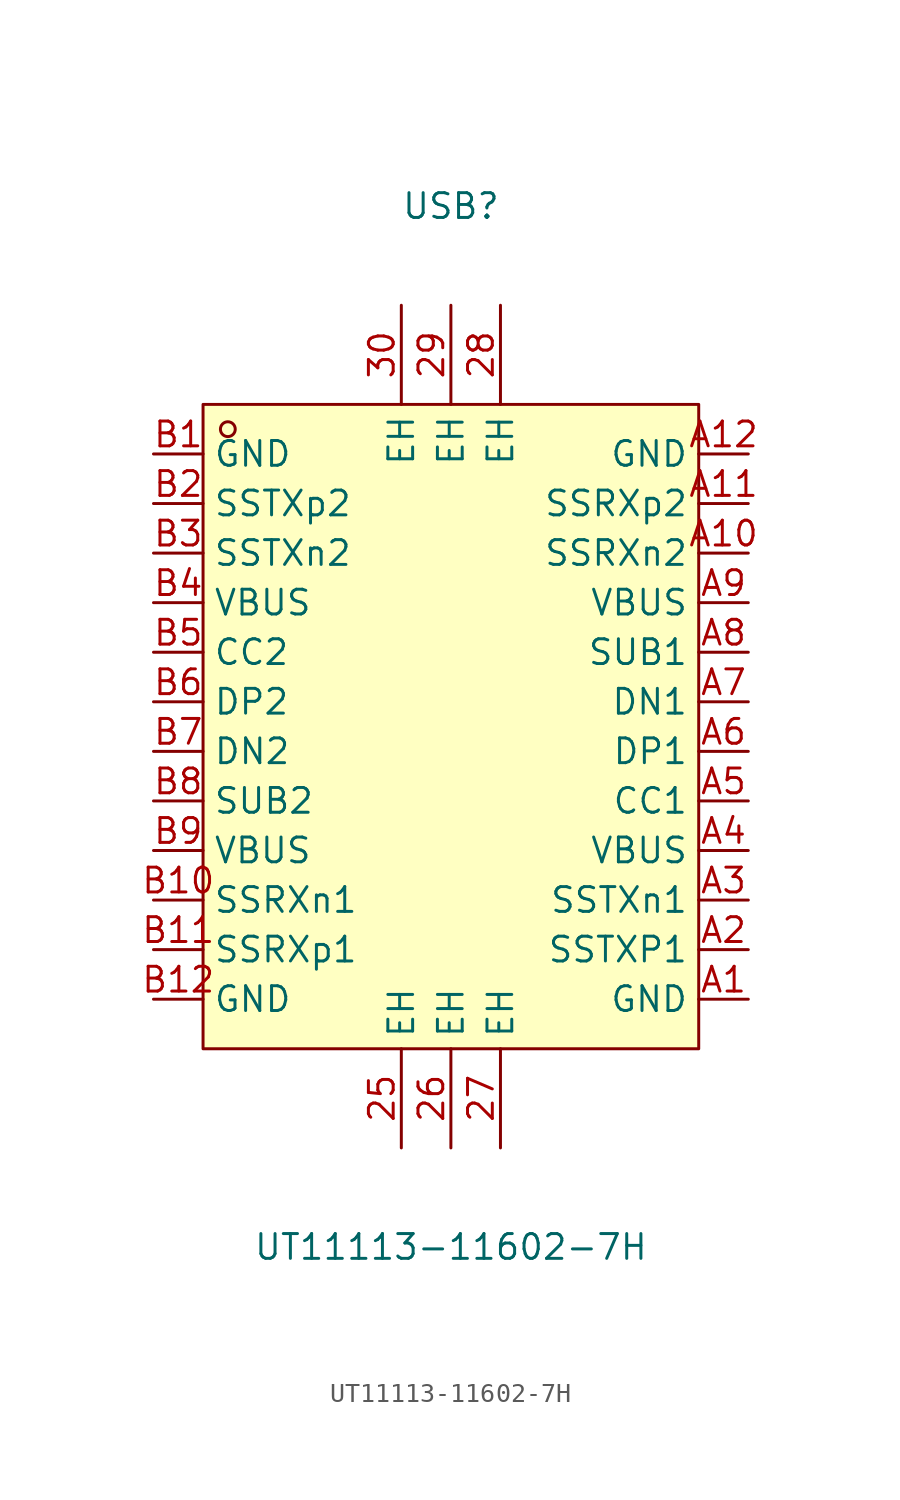
<source format=kicad_sym>
(kicad_symbol_lib
  (version 20211014)
  (generator https://github.com/uPesy/easyeda2kicad.py)
  (symbol "UT11113-11602-7H"
    (property "Reference" "USB"
      (at 0 25.40 0)
      (effects (font (size 1.27 1.27))))
    (property "Value" "UT11113-11602-7H"
      (at 0 -27.94 0)
      (effects (font (size 1.27 1.27))))
    (symbol "UT11113-11602-7H_0_1"
      (rectangle (start -12.70 15.24) (end 12.70 -17.78) (stroke (width 0) (type default) (color 0 0 0 0)) (fill (type background)))
      (circle (center -11.43 13.97) (radius 0.38) (stroke (width 0) (type default) (color 0 0 0 0)) (fill (type none)))
      (pin unspecified line (at 15.24 12.70 180) (length 2.54) (name "GND" (effects (font (size 1.27 1.27)))) (number "A12" (effects (font (size 1.27 1.27)))))
      (pin unspecified line (at 15.24 10.16 180) (length 2.54) (name "SSRXp2" (effects (font (size 1.27 1.27)))) (number "A11" (effects (font (size 1.27 1.27)))))
      (pin unspecified line (at 15.24 7.62 180) (length 2.54) (name "SSRXn2" (effects (font (size 1.27 1.27)))) (number "A10" (effects (font (size 1.27 1.27)))))
      (pin unspecified line (at 15.24 5.08 180) (length 2.54) (name "VBUS" (effects (font (size 1.27 1.27)))) (number "A9" (effects (font (size 1.27 1.27)))))
      (pin unspecified line (at 15.24 2.54 180) (length 2.54) (name "SUB1" (effects (font (size 1.27 1.27)))) (number "A8" (effects (font (size 1.27 1.27)))))
      (pin unspecified line (at 15.24 -0.00 180) (length 2.54) (name "DN1" (effects (font (size 1.27 1.27)))) (number "A7" (effects (font (size 1.27 1.27)))))
      (pin unspecified line (at 15.24 -2.54 180) (length 2.54) (name "DP1" (effects (font (size 1.27 1.27)))) (number "A6" (effects (font (size 1.27 1.27)))))
      (pin unspecified line (at 15.24 -5.08 180) (length 2.54) (name "CC1" (effects (font (size 1.27 1.27)))) (number "A5" (effects (font (size 1.27 1.27)))))
      (pin unspecified line (at 15.24 -7.62 180) (length 2.54) (name "VBUS" (effects (font (size 1.27 1.27)))) (number "A4" (effects (font (size 1.27 1.27)))))
      (pin unspecified line (at 15.24 -10.16 180) (length 2.54) (name "SSTXn1" (effects (font (size 1.27 1.27)))) (number "A3" (effects (font (size 1.27 1.27)))))
      (pin unspecified line (at 15.24 -12.70 180) (length 2.54) (name "SSTXP1" (effects (font (size 1.27 1.27)))) (number "A2" (effects (font (size 1.27 1.27)))))
      (pin unspecified line (at 15.24 -15.24 180) (length 2.54) (name "GND" (effects (font (size 1.27 1.27)))) (number "A1" (effects (font (size 1.27 1.27)))))
      (pin unspecified line (at -15.24 -15.24 0) (length 2.54) (name "GND" (effects (font (size 1.27 1.27)))) (number "B12" (effects (font (size 1.27 1.27)))))
      (pin unspecified line (at -15.24 -12.70 0) (length 2.54) (name "SSRXp1" (effects (font (size 1.27 1.27)))) (number "B11" (effects (font (size 1.27 1.27)))))
      (pin unspecified line (at -15.24 -10.16 0) (length 2.54) (name "SSRXn1" (effects (font (size 1.27 1.27)))) (number "B10" (effects (font (size 1.27 1.27)))))
      (pin unspecified line (at -15.24 -7.62 0) (length 2.54) (name "VBUS" (effects (font (size 1.27 1.27)))) (number "B9" (effects (font (size 1.27 1.27)))))
      (pin unspecified line (at -15.24 -5.08 0) (length 2.54) (name "SUB2" (effects (font (size 1.27 1.27)))) (number "B8" (effects (font (size 1.27 1.27)))))
      (pin unspecified line (at -15.24 -2.54 0) (length 2.54) (name "DN2" (effects (font (size 1.27 1.27)))) (number "B7" (effects (font (size 1.27 1.27)))))
      (pin unspecified line (at -15.24 -0.00 0) (length 2.54) (name "DP2" (effects (font (size 1.27 1.27)))) (number "B6" (effects (font (size 1.27 1.27)))))
      (pin unspecified line (at -15.24 2.54 0) (length 2.54) (name "CC2" (effects (font (size 1.27 1.27)))) (number "B5" (effects (font (size 1.27 1.27)))))
      (pin unspecified line (at -15.24 5.08 0) (length 2.54) (name "VBUS" (effects (font (size 1.27 1.27)))) (number "B4" (effects (font (size 1.27 1.27)))))
      (pin unspecified line (at -15.24 7.62 0) (length 2.54) (name "SSTXn2" (effects (font (size 1.27 1.27)))) (number "B3" (effects (font (size 1.27 1.27)))))
      (pin unspecified line (at -15.24 10.16 0) (length 2.54) (name "SSTXp2" (effects (font (size 1.27 1.27)))) (number "B2" (effects (font (size 1.27 1.27)))))
      (pin unspecified line (at -15.24 12.70 0) (length 2.54) (name "GND" (effects (font (size 1.27 1.27)))) (number "B1" (effects (font (size 1.27 1.27)))))
      (pin unspecified line (at -2.54 -22.86 90) (length 5.08) (name "EH" (effects (font (size 1.27 1.27)))) (number "25" (effects (font (size 1.27 1.27)))))
      (pin unspecified line (at 0.00 -22.86 90) (length 5.08) (name "EH" (effects (font (size 1.27 1.27)))) (number "26" (effects (font (size 1.27 1.27)))))
      (pin unspecified line (at 2.54 -22.86 90) (length 5.08) (name "EH" (effects (font (size 1.27 1.27)))) (number "27" (effects (font (size 1.27 1.27)))))
      (pin unspecified line (at 2.54 20.32 270) (length 5.08) (name "EH" (effects (font (size 1.27 1.27)))) (number "28" (effects (font (size 1.27 1.27)))))
      (pin unspecified line (at 0.00 20.32 270) (length 5.08) (name "EH" (effects (font (size 1.27 1.27)))) (number "29" (effects (font (size 1.27 1.27)))))
      (pin unspecified line (at -2.54 20.32 270) (length 5.08) (name "EH" (effects (font (size 1.27 1.27)))) (number "30" (effects (font (size 1.27 1.27))))))))
</source>
